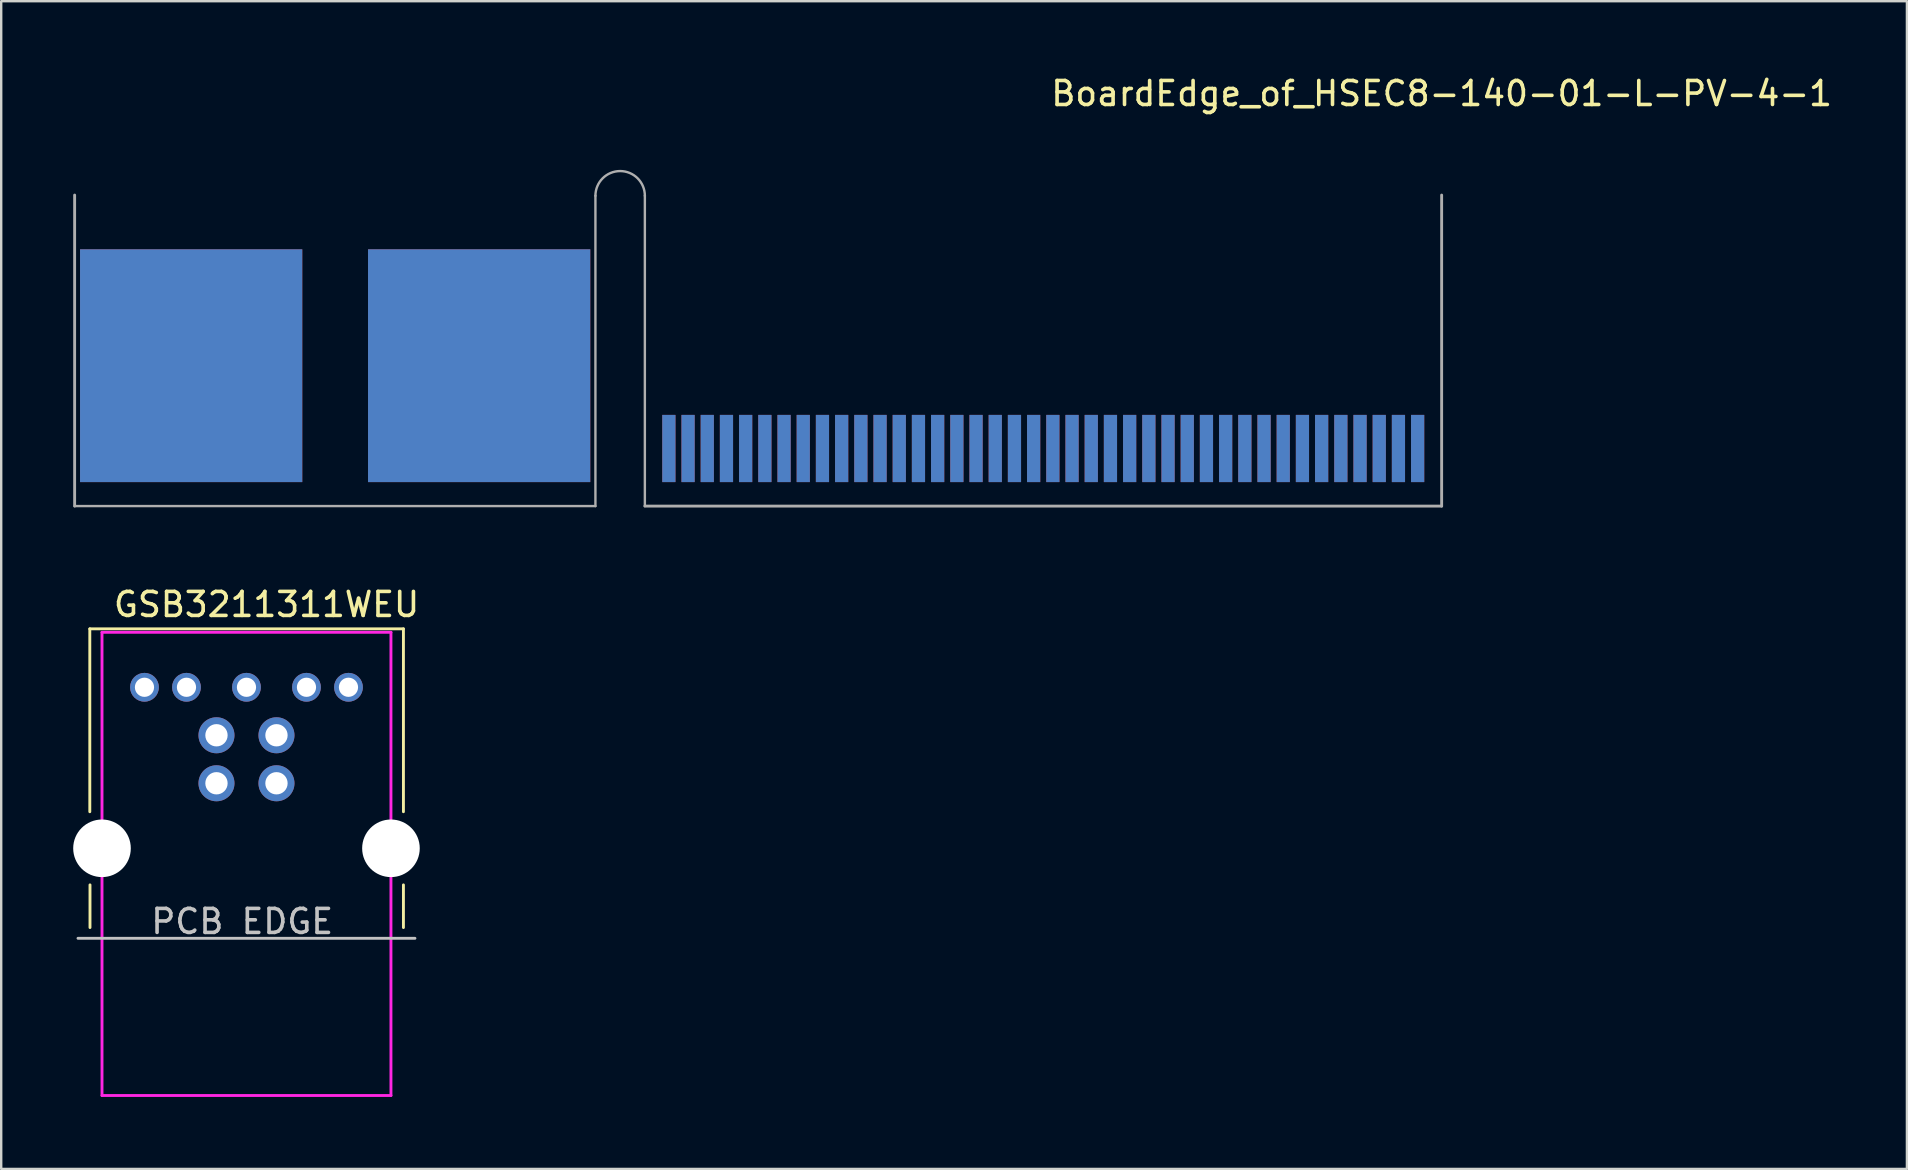
<source format=kicad_pcb>
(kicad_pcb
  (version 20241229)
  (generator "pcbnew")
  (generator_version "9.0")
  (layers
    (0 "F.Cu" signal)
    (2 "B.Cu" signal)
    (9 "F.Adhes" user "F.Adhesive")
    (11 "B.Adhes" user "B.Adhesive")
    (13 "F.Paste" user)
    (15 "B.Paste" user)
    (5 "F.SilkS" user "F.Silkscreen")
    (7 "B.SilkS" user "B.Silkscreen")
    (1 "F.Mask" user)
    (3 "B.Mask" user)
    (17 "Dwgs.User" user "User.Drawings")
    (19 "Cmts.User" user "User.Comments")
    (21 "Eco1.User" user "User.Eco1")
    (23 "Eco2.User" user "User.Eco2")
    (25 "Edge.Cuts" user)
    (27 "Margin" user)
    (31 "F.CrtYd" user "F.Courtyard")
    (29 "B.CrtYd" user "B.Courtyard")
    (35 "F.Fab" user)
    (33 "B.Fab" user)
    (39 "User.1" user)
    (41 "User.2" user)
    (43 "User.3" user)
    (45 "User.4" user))
  (footprint "BoardEdge_of_HSEC8-140-01-L-PV-4-1"
    (layer "F.Cu")
    (at 57.02 18.038)
    (property "Reference" "BoardEdge_of_HSEC8-140-01-L-PV-4-1" (at 0 -17.19 0) (layer "F.SilkS") (effects (font (size 1 1) (thickness 0.15))))
    (attr through_hole)
    (fp_line (start -56.96 0) (end -56.96 -12.96) (stroke (width 0.12) (type solid)) (layer "F.Fab"))
    (fp_line (start -56.96 0) (end -35.26 0) (stroke (width 0.1) (type solid)) (layer "F.Fab"))
    (fp_line (start -35.26 0) (end -35.26 -12.93) (stroke (width 0.1) (type solid)) (layer "F.Fab"))
    (fp_line (start -33.2 0) (end -33.2 -12.93) (stroke (width 0.1) (type solid)) (layer "F.Fab"))
    (fp_line (start -33.2 0) (end 0 0) (stroke (width 0.12) (type solid)) (layer "F.Fab"))
    (fp_line (start 0 0) (end 0 -12.96) (stroke (width 0.12) (type solid)) (layer "F.Fab"))
    (fp_arc (start -35.259999 -12.930001) (mid -34.229999 -13.959999) (end -33.200001 -12.929999) (stroke (width 0.1) (type solid)) (layer "F.Fab"))
    (pad "1" smd rect (at -1 -2.4) (size 0.55 2.8) (layers "F.Cu" "F.Mask" "F.Paste"))
    (pad "2" smd rect (at -1 -2.4) (size 0.55 2.8) (layers "B.Cu" "B.Mask" "B.Paste"))
    (pad "3" smd rect (at -1.8 -2.4) (size 0.55 2.8) (layers "F.Cu" "F.Mask" "F.Paste"))
    (pad "4" smd rect (at -1.8 -2.4) (size 0.55 2.8) (layers "B.Cu" "B.Mask" "B.Paste"))
    (pad "5" smd rect (at -2.6 -2.4) (size 0.55 2.8) (layers "F.Cu" "F.Mask" "F.Paste"))
    (pad "6" smd rect (at -2.6 -2.4) (size 0.55 2.8) (layers "B.Cu" "B.Mask" "B.Paste"))
    (pad "7" smd rect (at -3.4 -2.4) (size 0.55 2.8) (layers "F.Cu" "F.Mask" "F.Paste"))
    (pad "8" smd rect (at -3.4 -2.4) (size 0.55 2.8) (layers "B.Cu" "B.Mask" "B.Paste"))
    (pad "9" smd rect (at -4.2 -2.4) (size 0.55 2.8) (layers "F.Cu" "F.Mask" "F.Paste"))
    (pad "10" smd rect (at -4.2 -2.4) (size 0.55 2.8) (layers "B.Cu" "B.Mask" "B.Paste"))
    (pad "11" smd rect (at -5 -2.4) (size 0.55 2.8) (layers "F.Cu" "F.Mask" "F.Paste"))
    (pad "12" smd rect (at -5 -2.4) (size 0.55 2.8) (layers "B.Cu" "B.Mask" "B.Paste"))
    (pad "13" smd rect (at -5.8 -2.4) (size 0.55 2.8) (layers "F.Cu" "F.Mask" "F.Paste"))
    (pad "14" smd rect (at -5.8 -2.4) (size 0.55 2.8) (layers "B.Cu" "B.Mask" "B.Paste"))
    (pad "15" smd rect (at -6.6 -2.4) (size 0.55 2.8) (layers "F.Cu" "F.Mask" "F.Paste"))
    (pad "16" smd rect (at -6.6 -2.4) (size 0.55 2.8) (layers "B.Cu" "B.Mask" "B.Paste"))
    (pad "17" smd rect (at -7.4 -2.4) (size 0.55 2.8) (layers "F.Cu" "F.Mask" "F.Paste"))
    (pad "18" smd rect (at -7.4 -2.4) (size 0.55 2.8) (layers "B.Cu" "B.Mask" "B.Paste"))
    (pad "19" smd rect (at -8.2 -2.4) (size 0.55 2.8) (layers "F.Cu" "F.Mask" "F.Paste"))
    (pad "20" smd rect (at -8.2 -2.4) (size 0.55 2.8) (layers "B.Cu" "B.Mask" "B.Paste"))
    (pad "21" smd rect (at -9 -2.4) (size 0.55 2.8) (layers "F.Cu" "F.Mask" "F.Paste"))
    (pad "22" smd rect (at -9 -2.4) (size 0.55 2.8) (layers "B.Cu" "B.Mask" "B.Paste"))
    (pad "23" smd rect (at -9.8 -2.4) (size 0.55 2.8) (layers "F.Cu" "F.Mask" "F.Paste"))
    (pad "24" smd rect (at -9.8 -2.4) (size 0.55 2.8) (layers "B.Cu" "B.Mask" "B.Paste"))
    (pad "25" smd rect (at -10.6 -2.4) (size 0.55 2.8) (layers "F.Cu" "F.Mask" "F.Paste"))
    (pad "26" smd rect (at -10.6 -2.4) (size 0.55 2.8) (layers "B.Cu" "B.Mask" "B.Paste"))
    (pad "27" smd rect (at -11.4 -2.4) (size 0.55 2.8) (layers "F.Cu" "F.Mask" "F.Paste"))
    (pad "28" smd rect (at -11.4 -2.4) (size 0.55 2.8) (layers "B.Cu" "B.Mask" "B.Paste"))
    (pad "29" smd rect (at -12.2 -2.4) (size 0.55 2.8) (layers "F.Cu" "F.Mask" "F.Paste"))
    (pad "30" smd rect (at -12.2 -2.4) (size 0.55 2.8) (layers "B.Cu" "B.Mask" "B.Paste"))
    (pad "31" smd rect (at -13 -2.4) (size 0.55 2.8) (layers "F.Cu" "F.Mask" "F.Paste"))
    (pad "32" smd rect (at -13 -2.4) (size 0.55 2.8) (layers "B.Cu" "B.Mask" "B.Paste"))
    (pad "33" smd rect (at -13.8 -2.4) (size 0.55 2.8) (layers "F.Cu" "F.Mask" "F.Paste"))
    (pad "34" smd rect (at -13.8 -2.4) (size 0.55 2.8) (layers "B.Cu" "B.Mask" "B.Paste"))
    (pad "35" smd rect (at -14.6 -2.4) (size 0.55 2.8) (layers "F.Cu" "F.Mask" "F.Paste"))
    (pad "36" smd rect (at -14.6 -2.4) (size 0.55 2.8) (layers "B.Cu" "B.Mask" "B.Paste"))
    (pad "37" smd rect (at -15.4 -2.4) (size 0.55 2.8) (layers "F.Cu" "F.Mask" "F.Paste"))
    (pad "38" smd rect (at -15.4 -2.4) (size 0.55 2.8) (layers "B.Cu" "B.Mask" "B.Paste"))
    (pad "39" smd rect (at -16.2 -2.4) (size 0.55 2.8) (layers "F.Cu" "F.Mask" "F.Paste"))
    (pad "40" smd rect (at -16.2 -2.4) (size 0.55 2.8) (layers "B.Cu" "B.Mask" "B.Paste"))
    (pad "41" smd rect (at -17 -2.4) (size 0.55 2.8) (layers "F.Cu" "F.Mask" "F.Paste"))
    (pad "42" smd rect (at -17 -2.4) (size 0.55 2.8) (layers "B.Cu" "B.Mask" "B.Paste"))
    (pad "43" smd rect (at -17.8 -2.4) (size 0.55 2.8) (layers "F.Cu" "F.Mask" "F.Paste"))
    (pad "44" smd rect (at -17.8 -2.4) (size 0.55 2.8) (layers "B.Cu" "B.Mask" "B.Paste"))
    (pad "45" smd rect (at -18.6 -2.4) (size 0.55 2.8) (layers "F.Cu" "F.Mask" "F.Paste"))
    (pad "46" smd rect (at -18.6 -2.4) (size 0.55 2.8) (layers "B.Cu" "B.Mask" "B.Paste"))
    (pad "47" smd rect (at -19.4 -2.4) (size 0.55 2.8) (layers "F.Cu" "F.Mask" "F.Paste"))
    (pad "48" smd rect (at -19.4 -2.4) (size 0.55 2.8) (layers "B.Cu" "B.Mask" "B.Paste"))
    (pad "49" smd rect (at -20.2 -2.4) (size 0.55 2.8) (layers "F.Cu" "F.Mask" "F.Paste"))
    (pad "50" smd rect (at -20.2 -2.4) (size 0.55 2.8) (layers "B.Cu" "B.Mask" "B.Paste"))
    (pad "51" smd rect (at -21 -2.4) (size 0.55 2.8) (layers "F.Cu" "F.Mask" "F.Paste"))
    (pad "52" smd rect (at -21 -2.4) (size 0.55 2.8) (layers "B.Cu" "B.Mask" "B.Paste"))
    (pad "53" smd rect (at -21.8 -2.4) (size 0.55 2.8) (layers "F.Cu" "F.Mask" "F.Paste"))
    (pad "54" smd rect (at -21.8 -2.4) (size 0.55 2.8) (layers "B.Cu" "B.Mask" "B.Paste"))
    (pad "55" smd rect (at -22.6 -2.4) (size 0.55 2.8) (layers "F.Cu" "F.Mask" "F.Paste"))
    (pad "56" smd rect (at -22.6 -2.4) (size 0.55 2.8) (layers "B.Cu" "B.Mask" "B.Paste"))
    (pad "57" smd rect (at -23.4 -2.4) (size 0.55 2.8) (layers "F.Cu" "F.Mask" "F.Paste"))
    (pad "58" smd rect (at -23.4 -2.4) (size 0.55 2.8) (layers "B.Cu" "B.Mask" "B.Paste"))
    (pad "59" smd rect (at -24.2 -2.4) (size 0.55 2.8) (layers "F.Cu" "F.Mask" "F.Paste"))
    (pad "60" smd rect (at -24.2 -2.4) (size 0.55 2.8) (layers "B.Cu" "B.Mask" "B.Paste"))
    (pad "61" smd rect (at -25 -2.4) (size 0.55 2.8) (layers "F.Cu" "F.Mask" "F.Paste"))
    (pad "62" smd rect (at -25 -2.4) (size 0.55 2.8) (layers "B.Cu" "B.Mask" "B.Paste"))
    (pad "63" smd rect (at -25.8 -2.4) (size 0.55 2.8) (layers "F.Cu" "F.Mask" "F.Paste"))
    (pad "64" smd rect (at -25.8 -2.4) (size 0.55 2.8) (layers "B.Cu" "B.Mask" "B.Paste"))
    (pad "65" smd rect (at -26.6 -2.4) (size 0.55 2.8) (layers "F.Cu" "F.Mask" "F.Paste"))
    (pad "66" smd rect (at -26.6 -2.4) (size 0.55 2.8) (layers "B.Cu" "B.Mask" "B.Paste"))
    (pad "67" smd rect (at -27.4 -2.4) (size 0.55 2.8) (layers "F.Cu" "F.Mask" "F.Paste"))
    (pad "68" smd rect (at -27.4 -2.4) (size 0.55 2.8) (layers "B.Cu" "B.Mask" "B.Paste"))
    (pad "69" smd rect (at -28.2 -2.4) (size 0.55 2.8) (layers "F.Cu" "F.Mask" "F.Paste"))
    (pad "70" smd rect (at -28.2 -2.4) (size 0.55 2.8) (layers "B.Cu" "B.Mask" "B.Paste"))
    (pad "71" smd rect (at -29 -2.4) (size 0.55 2.8) (layers "F.Cu" "F.Mask" "F.Paste"))
    (pad "72" smd rect (at -29 -2.4) (size 0.55 2.8) (layers "B.Cu" "B.Mask" "B.Paste"))
    (pad "73" smd rect (at -29.8 -2.4) (size 0.55 2.8) (layers "F.Cu" "F.Mask" "F.Paste"))
    (pad "74" smd rect (at -29.8 -2.4) (size 0.55 2.8) (layers "B.Cu" "B.Mask" "B.Paste"))
    (pad "75" smd rect (at -30.6 -2.4) (size 0.55 2.8) (layers "F.Cu" "F.Mask" "F.Paste"))
    (pad "76" smd rect (at -30.6 -2.4) (size 0.55 2.8) (layers "B.Cu" "B.Mask" "B.Paste"))
    (pad "77" smd rect (at -31.4 -2.4) (size 0.55 2.8) (layers "F.Cu" "F.Mask" "F.Paste"))
    (pad "78" smd rect (at -31.4 -2.4) (size 0.55 2.8) (layers "B.Cu" "B.Mask" "B.Paste"))
    (pad "79" smd rect (at -32.2 -2.4) (size 0.55 2.8) (layers "F.Cu" "F.Mask" "F.Paste"))
    (pad "80" smd rect (at -32.2 -2.4) (size 0.55 2.8) (layers "B.Cu" "B.Mask" "B.Paste"))
    (pad "81" smd rect (at -40.105 -5.85) (size 9.26 9.7) (layers "F.Cu" "B.Mask" "B.Paste"))
    (pad "82" smd rect (at -40.105 -5.85) (size 9.26 9.7) (layers "B.Cu" "B.Mask" "B.Paste"))
    (pad "83" smd rect (at -52.105 -5.85) (size 9.26 9.7) (layers "F.Cu" "B.Mask" "B.Paste"))
    (pad "84" smd rect (at -52.105 -5.85) (size 9.26 9.7) (layers "B.Cu" "B.Mask" "B.Paste")))
  (footprint "GSB3211311WEU"
    (layer "F.Cu")
    (at 7.23 32.297)
    (property "Reference" "GSB3211311WEU" (at 0.828 -10.16 0) (layer "F.SilkS") (effects (font (size 1 1) (thickness 0.15))))
    (attr through_hole)
    (fp_line (start -6.538 -9.144) (end 6.53 -9.144) (stroke (width 0.12) (type solid)) (layer "F.SilkS"))
    (fp_line (start -6.538 -1.524) (end -6.538 -9.144) (stroke (width 0.12) (type solid)) (layer "F.SilkS"))
    (fp_line (start -6.53 3.302) (end -6.53 1.524) (stroke (width 0.12) (type solid)) (layer "F.SilkS"))
    (fp_line (start 6.53 -9.144) (end 6.53 -1.524) (stroke (width 0.12) (type solid)) (layer "F.SilkS"))
    (fp_line (start 6.53 1.524) (end 6.53 3.302) (stroke (width 0.12) (type solid)) (layer "F.SilkS"))
    (fp_line (start -7.03 3.75) (end 7.01 3.75) (stroke (width 0.12) (type solid)) (layer "Dwgs.User"))
    (fp_line (start -6.03 -9) (end -6.03 0) (stroke (width 0.12) (type solid)) (layer "F.CrtYd"))
    (fp_line (start -6.03 0) (end -6.03 10.3) (stroke (width 0.12) (type solid)) (layer "F.CrtYd"))
    (fp_line (start -6.03 10.3) (end 6.01 10.3) (stroke (width 0.12) (type solid)) (layer "F.CrtYd"))
    (fp_line (start 6.01 -9) (end -6.03 -9) (stroke (width 0.12) (type solid)) (layer "F.CrtYd"))
    (fp_line (start 6.01 10.3) (end 6.01 -9) (stroke (width 0.12) (type solid)) (layer "F.CrtYd"))
    (fp_text user "PCB EDGE" (at -0.188 3.048 0) (layer "Dwgs.User") (effects (font (size 1 1) (thickness 0.15))))
    (pad "" np_thru_hole circle (at -6.03 0) (size 2.4 2.4) (drill 2.4) (layers "*.Cu" "*.Mask"))
    (pad "" np_thru_hole circle (at 6.01 0) (size 2.4 2.4) (drill 2.4) (layers "*.Cu" "*.Mask"))
    (pad "1" thru_hole circle (at 1.24 -4.71) (size 1.5 1.5) (drill 0.93) (layers "*.Cu" "*.Mask"))
    (pad "2" thru_hole circle (at -1.26 -4.71) (size 1.5 1.5) (drill 0.93) (layers "*.Cu" "*.Mask"))
    (pad "3" thru_hole circle (at -1.26 -2.71) (size 1.5 1.5) (drill 0.93) (layers "*.Cu" "*.Mask"))
    (pad "4" thru_hole circle (at 1.24 -2.71) (size 1.5 1.5) (drill 0.93) (layers "*.Cu" "*.Mask"))
    (pad "5" thru_hole circle (at -4.26 -6.71) (size 1.2 1.2) (drill 0.8) (layers "*.Cu" "*.Mask"))
    (pad "6" thru_hole circle (at -2.51 -6.71) (size 1.2 1.2) (drill 0.8) (layers "*.Cu" "*.Mask"))
    (pad "7" thru_hole circle (at -0.01 -6.71) (size 1.2 1.2) (drill 0.8) (layers "*.Cu" "*.Mask"))
    (pad "8" thru_hole circle (at 2.49 -6.71) (size 1.2 1.2) (drill 0.8) (layers "*.Cu" "*.Mask"))
    (pad "9" thru_hole circle (at 4.24 -6.71) (size 1.2 1.2) (drill 0.8) (layers "*.Cu" "*.Mask")))
  (gr_rect
    (start -3 -3)
    (end 76.407 45.657)
    (stroke (width 0.1) (type default))
    (fill no)
    (layer "Edge.Cuts")))
</source>
